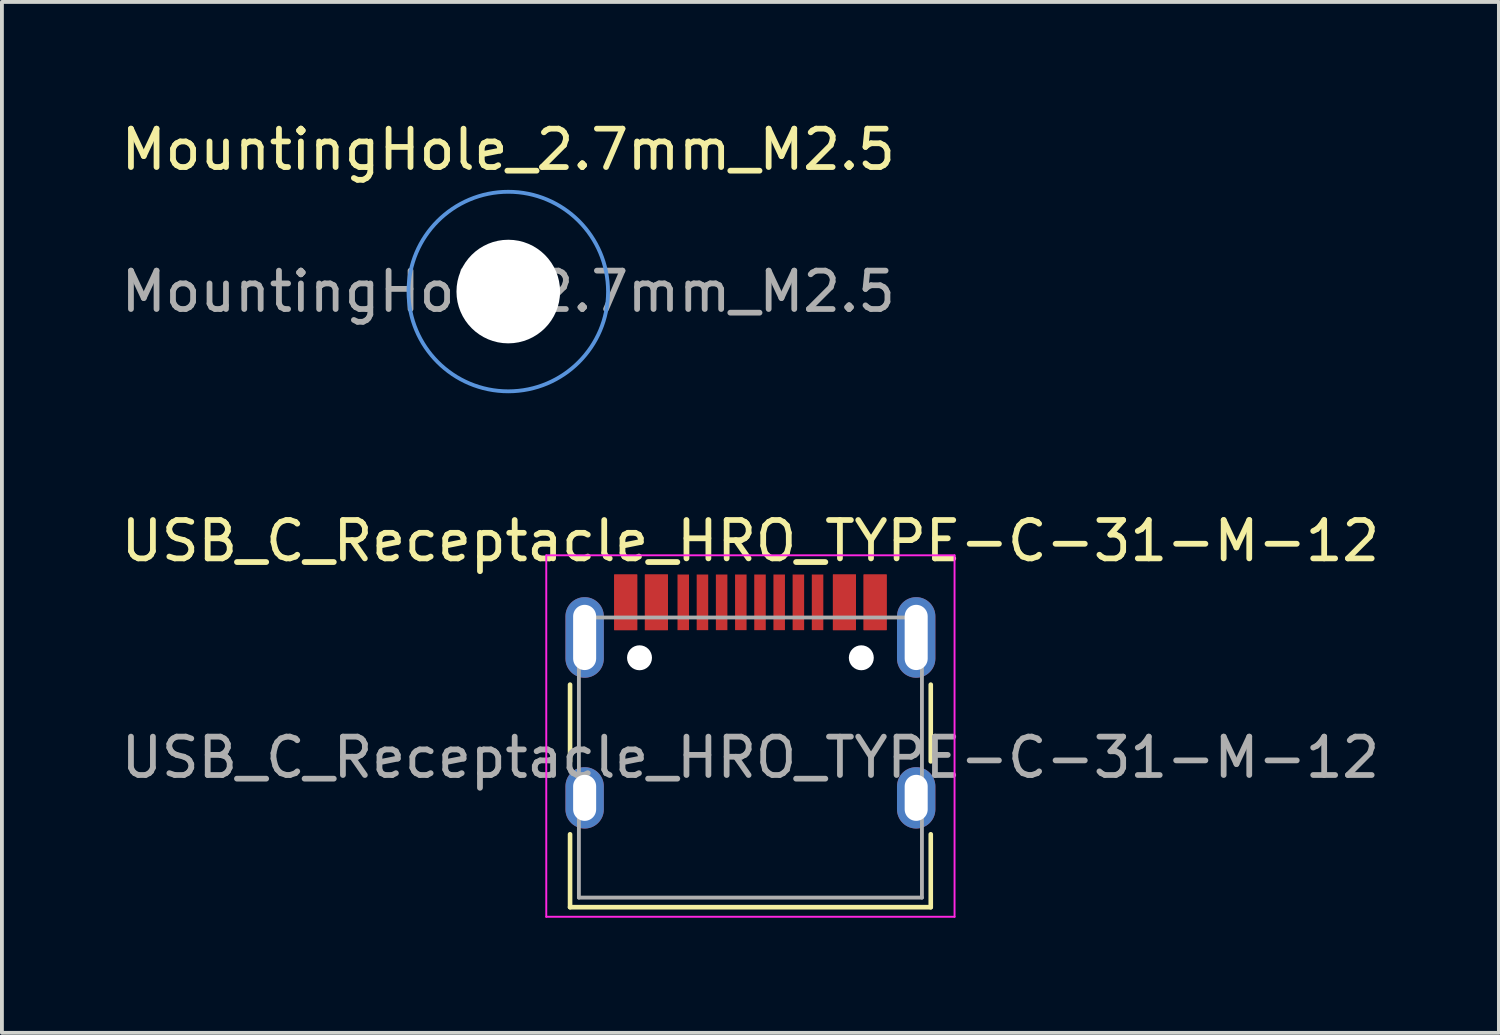
<source format=kicad_pcb>
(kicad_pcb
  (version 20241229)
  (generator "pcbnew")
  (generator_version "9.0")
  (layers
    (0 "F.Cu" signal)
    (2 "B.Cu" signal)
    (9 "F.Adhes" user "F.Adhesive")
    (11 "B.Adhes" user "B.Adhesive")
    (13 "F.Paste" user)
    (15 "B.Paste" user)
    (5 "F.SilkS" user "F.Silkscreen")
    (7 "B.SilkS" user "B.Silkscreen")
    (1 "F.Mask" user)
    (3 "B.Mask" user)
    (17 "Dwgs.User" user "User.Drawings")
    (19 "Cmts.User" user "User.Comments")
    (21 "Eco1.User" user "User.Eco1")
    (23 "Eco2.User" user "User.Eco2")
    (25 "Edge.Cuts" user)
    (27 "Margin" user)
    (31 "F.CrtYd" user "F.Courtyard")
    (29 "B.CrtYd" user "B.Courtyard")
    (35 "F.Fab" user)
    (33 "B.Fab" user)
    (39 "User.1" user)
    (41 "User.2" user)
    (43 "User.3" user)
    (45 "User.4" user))
  (footprint "MountingHole_2.7mm_M2.5"
    (layer "F.Cu")
    (at 10.196 4.548)
    (property "Reference" "MountingHole_2.7mm_M2.5" (at 0 -3.7 0) (layer "F.SilkS") (effects (font (size 1 1) (thickness 0.15))))
    (attr exclude_from_pos_files exclude_from_bom)
    (fp_circle (center 0 0) (end 2.6 0) (stroke (width 0.1) (type solid)) (fill no) (layer "Cmts.User"))
    (fp_text user "${REFERENCE}" (at 0 0 0) (layer "F.Fab") (effects (font (size 1 1) (thickness 0.15))))
    (pad "" np_thru_hole circle (at 0 0) (size 2.7 2.7) (drill 2.7) (layers "*.Cu" "*.Mask")))
  (footprint "USB_C_Receptacle_HRO_TYPE-C-31-M-12"
    (layer "F.Cu")
    (at 16.506 16.692)
    (property "Reference" "USB_C_Receptacle_HRO_TYPE-C-31-M-12" (at 0 -5.645 0) (layer "F.SilkS") (effects (font (size 1 1) (thickness 0.15))))
    (attr smd)
    (fp_line (start -4.7 -1.9) (end -4.7 0.1) (stroke (width 0.12) (type solid)) (layer "F.SilkS"))
    (fp_line (start -4.7 2) (end -4.7 3.9) (stroke (width 0.12) (type solid)) (layer "F.SilkS"))
    (fp_line (start -4.7 3.9) (end 4.7 3.9) (stroke (width 0.12) (type solid)) (layer "F.SilkS"))
    (fp_line (start 4.7 -1.9) (end 4.7 0.1) (stroke (width 0.12) (type solid)) (layer "F.SilkS"))
    (fp_line (start 4.7 2) (end 4.7 3.9) (stroke (width 0.12) (type solid)) (layer "F.SilkS"))
    (fp_line (start -5.32 -5.27) (end -5.32 4.15) (stroke (width 0.05) (type solid)) (layer "F.CrtYd"))
    (fp_line (start -5.32 -5.27) (end 5.32 -5.27) (stroke (width 0.05) (type solid)) (layer "F.CrtYd"))
    (fp_line (start -5.32 4.15) (end 5.32 4.15) (stroke (width 0.05) (type solid)) (layer "F.CrtYd"))
    (fp_line (start 5.32 -5.27) (end 5.32 4.15) (stroke (width 0.05) (type solid)) (layer "F.CrtYd"))
    (fp_line (start -4.47 -3.65) (end -4.47 3.65) (stroke (width 0.1) (type solid)) (layer "F.Fab"))
    (fp_line (start -4.47 -3.65) (end 4.47 -3.65) (stroke (width 0.1) (type solid)) (layer "F.Fab"))
    (fp_line (start -4.47 3.65) (end 4.47 3.65) (stroke (width 0.1) (type solid)) (layer "F.Fab"))
    (fp_line (start 4.47 -3.65) (end 4.47 3.65) (stroke (width 0.1) (type solid)) (layer "F.Fab"))
    (fp_text user "${REFERENCE}" (at 0 0 0) (layer "F.Fab") (effects (font (size 1 1) (thickness 0.15))))
    (pad "" np_thru_hole circle (at -2.89 -2.6) (size 0.65 0.65) (drill 0.65) (layers "*.Cu" "*.Mask"))
    (pad "" np_thru_hole circle (at 2.89 -2.6) (size 0.65 0.65) (drill 0.65) (layers "*.Cu" "*.Mask"))
    (pad "A1" smd rect (at -3.25 -4.045) (size 0.6 1.45) (layers "F.Cu" "F.Mask" "F.Paste"))
    (pad "A4" smd rect (at -2.45 -4.045) (size 0.6 1.45) (layers "F.Cu" "F.Mask" "F.Paste"))
    (pad "A5" smd rect (at -1.25 -4.045) (size 0.3 1.45) (layers "F.Cu" "F.Mask" "F.Paste"))
    (pad "A6" smd rect (at -0.25 -4.045) (size 0.3 1.45) (layers "F.Cu" "F.Mask" "F.Paste"))
    (pad "A7" smd rect (at 0.25 -4.045) (size 0.3 1.45) (layers "F.Cu" "F.Mask" "F.Paste"))
    (pad "A8" smd rect (at 1.25 -4.045) (size 0.3 1.45) (layers "F.Cu" "F.Mask" "F.Paste"))
    (pad "A9" smd rect (at 2.45 -4.045) (size 0.6 1.45) (layers "F.Cu" "F.Mask" "F.Paste"))
    (pad "A12" smd rect (at 3.25 -4.045) (size 0.6 1.45) (layers "F.Cu" "F.Mask" "F.Paste"))
    (pad "B1" smd rect (at 3.25 -4.045) (size 0.6 1.45) (layers "F.Cu" "F.Mask" "F.Paste"))
    (pad "B4" smd rect (at 2.45 -4.045) (size 0.6 1.45) (layers "F.Cu" "F.Mask" "F.Paste"))
    (pad "B5" smd rect (at 1.75 -4.045) (size 0.3 1.45) (layers "F.Cu" "F.Mask" "F.Paste"))
    (pad "B6" smd rect (at 0.75 -4.045) (size 0.3 1.45) (layers "F.Cu" "F.Mask" "F.Paste"))
    (pad "B7" smd rect (at -0.75 -4.045) (size 0.3 1.45) (layers "F.Cu" "F.Mask" "F.Paste"))
    (pad "B8" smd rect (at -1.75 -4.045) (size 0.3 1.45) (layers "F.Cu" "F.Mask" "F.Paste"))
    (pad "B9" smd rect (at -2.45 -4.045) (size 0.6 1.45) (layers "F.Cu" "F.Mask" "F.Paste"))
    (pad "B12" smd rect (at -3.25 -4.045) (size 0.6 1.45) (layers "F.Cu" "F.Mask" "F.Paste"))
    (pad "S1" thru_hole oval (at -4.32 -3.13) (size 1 2.1) (drill oval 0.6 1.7) (property pad_prop_heatsink) (layers "*.Cu" "*.Mask"))
    (pad "S1" thru_hole oval (at -4.32 1.05) (size 1 1.6) (drill oval 0.6 1.2) (property pad_prop_heatsink) (layers "*.Cu" "*.Mask"))
    (pad "S1" thru_hole oval (at 4.32 -3.13) (size 1 2.1) (drill oval 0.6 1.7) (property pad_prop_heatsink) (layers "*.Cu" "*.Mask"))
    (pad "S1" thru_hole oval (at 4.32 1.05) (size 1 1.6) (drill oval 0.6 1.2) (property pad_prop_heatsink) (layers "*.Cu" "*.Mask")))
  (gr_rect
    (start -3 -3)
    (end 36.012 23.866)
    (stroke (width 0.1) (type default))
    (fill no)
    (layer "Edge.Cuts")))
</source>
